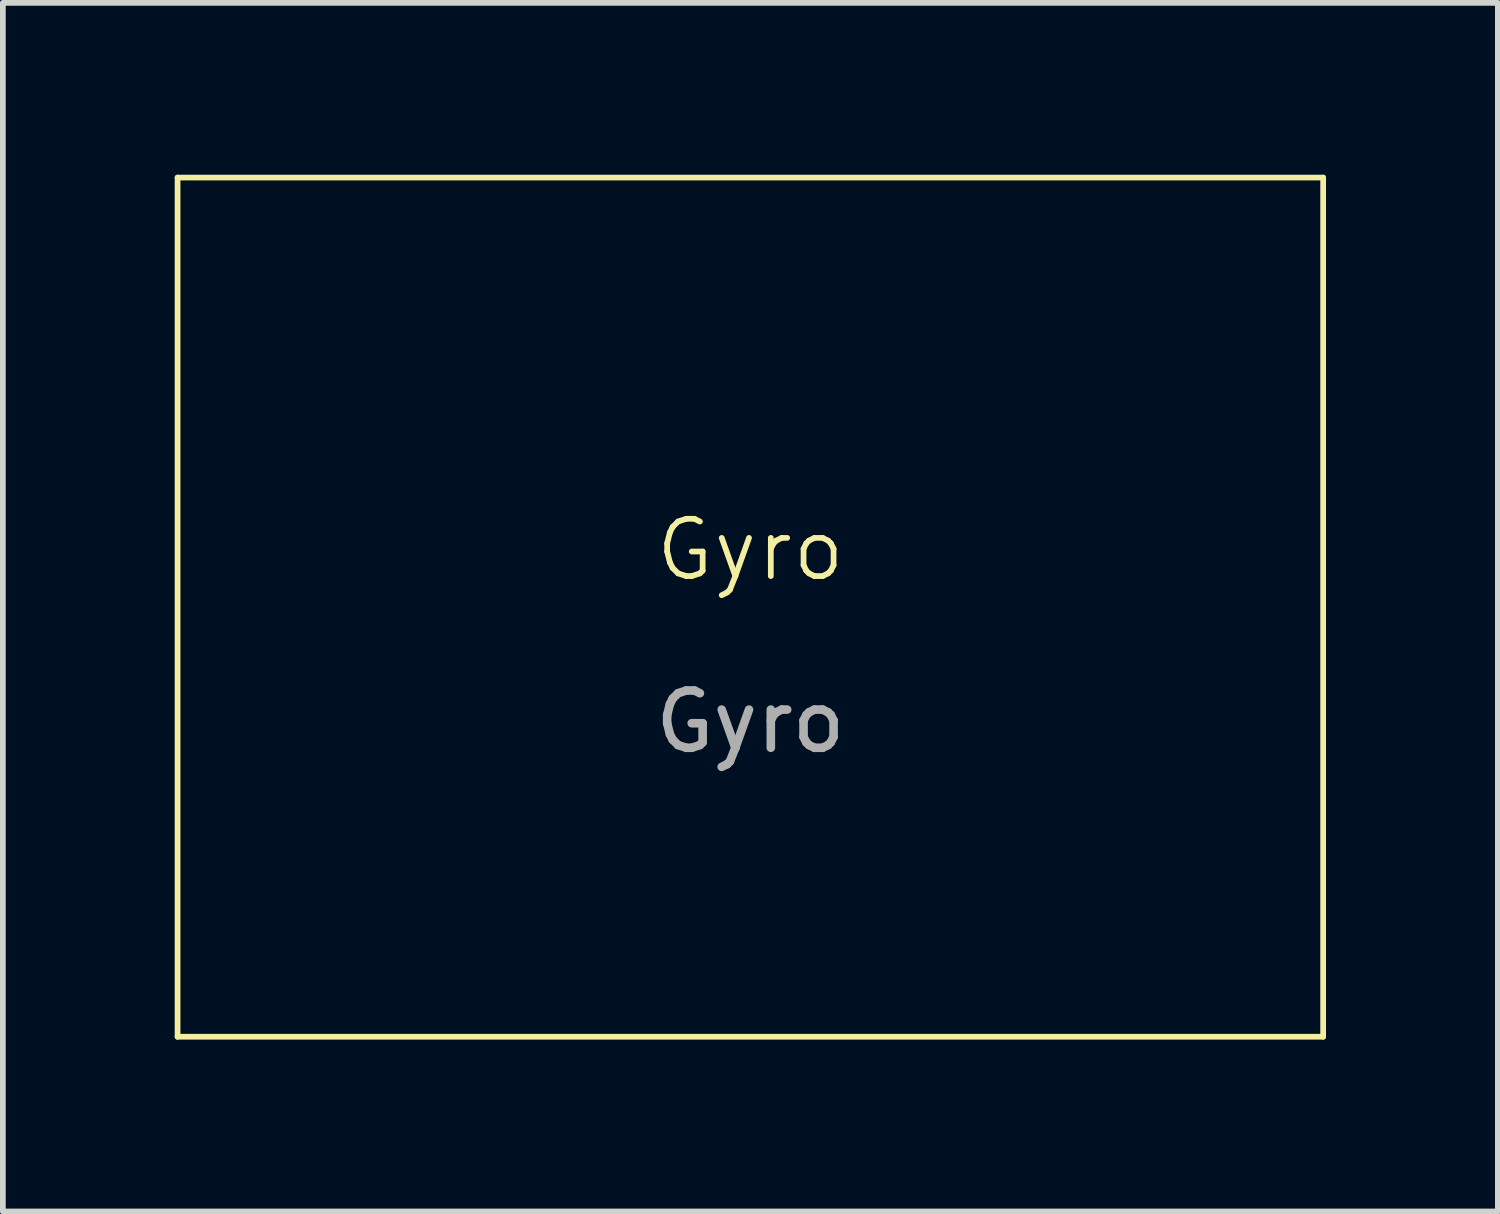
<source format=kicad_pcb>
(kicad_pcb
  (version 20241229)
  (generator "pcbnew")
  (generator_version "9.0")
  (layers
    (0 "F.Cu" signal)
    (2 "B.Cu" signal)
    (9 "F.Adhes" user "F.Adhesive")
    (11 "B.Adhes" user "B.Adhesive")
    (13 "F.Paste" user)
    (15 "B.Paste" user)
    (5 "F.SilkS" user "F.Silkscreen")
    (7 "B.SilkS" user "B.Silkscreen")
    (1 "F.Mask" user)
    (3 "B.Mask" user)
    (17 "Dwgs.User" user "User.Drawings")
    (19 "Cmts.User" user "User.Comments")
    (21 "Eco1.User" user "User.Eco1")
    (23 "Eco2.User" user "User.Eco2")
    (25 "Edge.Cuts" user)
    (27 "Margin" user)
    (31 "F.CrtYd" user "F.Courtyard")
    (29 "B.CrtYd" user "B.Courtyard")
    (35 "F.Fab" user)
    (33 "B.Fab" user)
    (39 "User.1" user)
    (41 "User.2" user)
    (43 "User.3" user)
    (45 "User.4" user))
  (footprint "Gyro"
    (layer "F.Cu")
    (at 10.05 7.05)
    (property "Reference" "Gyro" (at 0 -0.5 0) (unlocked yes) (layer "F.SilkS") (effects (font (size 1 1) (thickness 0.1))))
    (attr smd)
    (fp_line (start -10 -7) (end 10 -7) (stroke (width 0.1) (type default)) (layer "F.SilkS"))
    (fp_line (start -10 8) (end -10 -7) (stroke (width 0.1) (type default)) (layer "F.SilkS"))
    (fp_line (start 10 -7) (end 10 8) (stroke (width 0.1) (type default)) (layer "F.SilkS"))
    (fp_line (start 10 8) (end -10 8) (stroke (width 0.1) (type default)) (layer "F.SilkS"))
    (fp_text user "${REFERENCE}" (at 0 2.5 0) (unlocked yes) (layer "F.Fab") (effects (font (size 1 1) (thickness 0.15))))
    (zone (net_name "") (layer "F.SilkS") (hatch edge 0.5) (connect_pads) (min_thickness 0.25) (filled_areas_thickness no) (keepout (tracks allowed) (vias allowed) (pads not_allowed) (copperpour allowed) (footprints not_allowed)) (placement (enabled no)) (fill) (polygon (pts (xy 0.05 0.05) (xy 20.05 0.05) (xy 20.05 15.05) (xy 0.05 15.05)))))
  (gr_rect
    (start -3 -3)
    (end 23.1 18.1)
    (stroke (width 0.1) (type default))
    (fill no)
    (layer "Edge.Cuts")))
</source>
